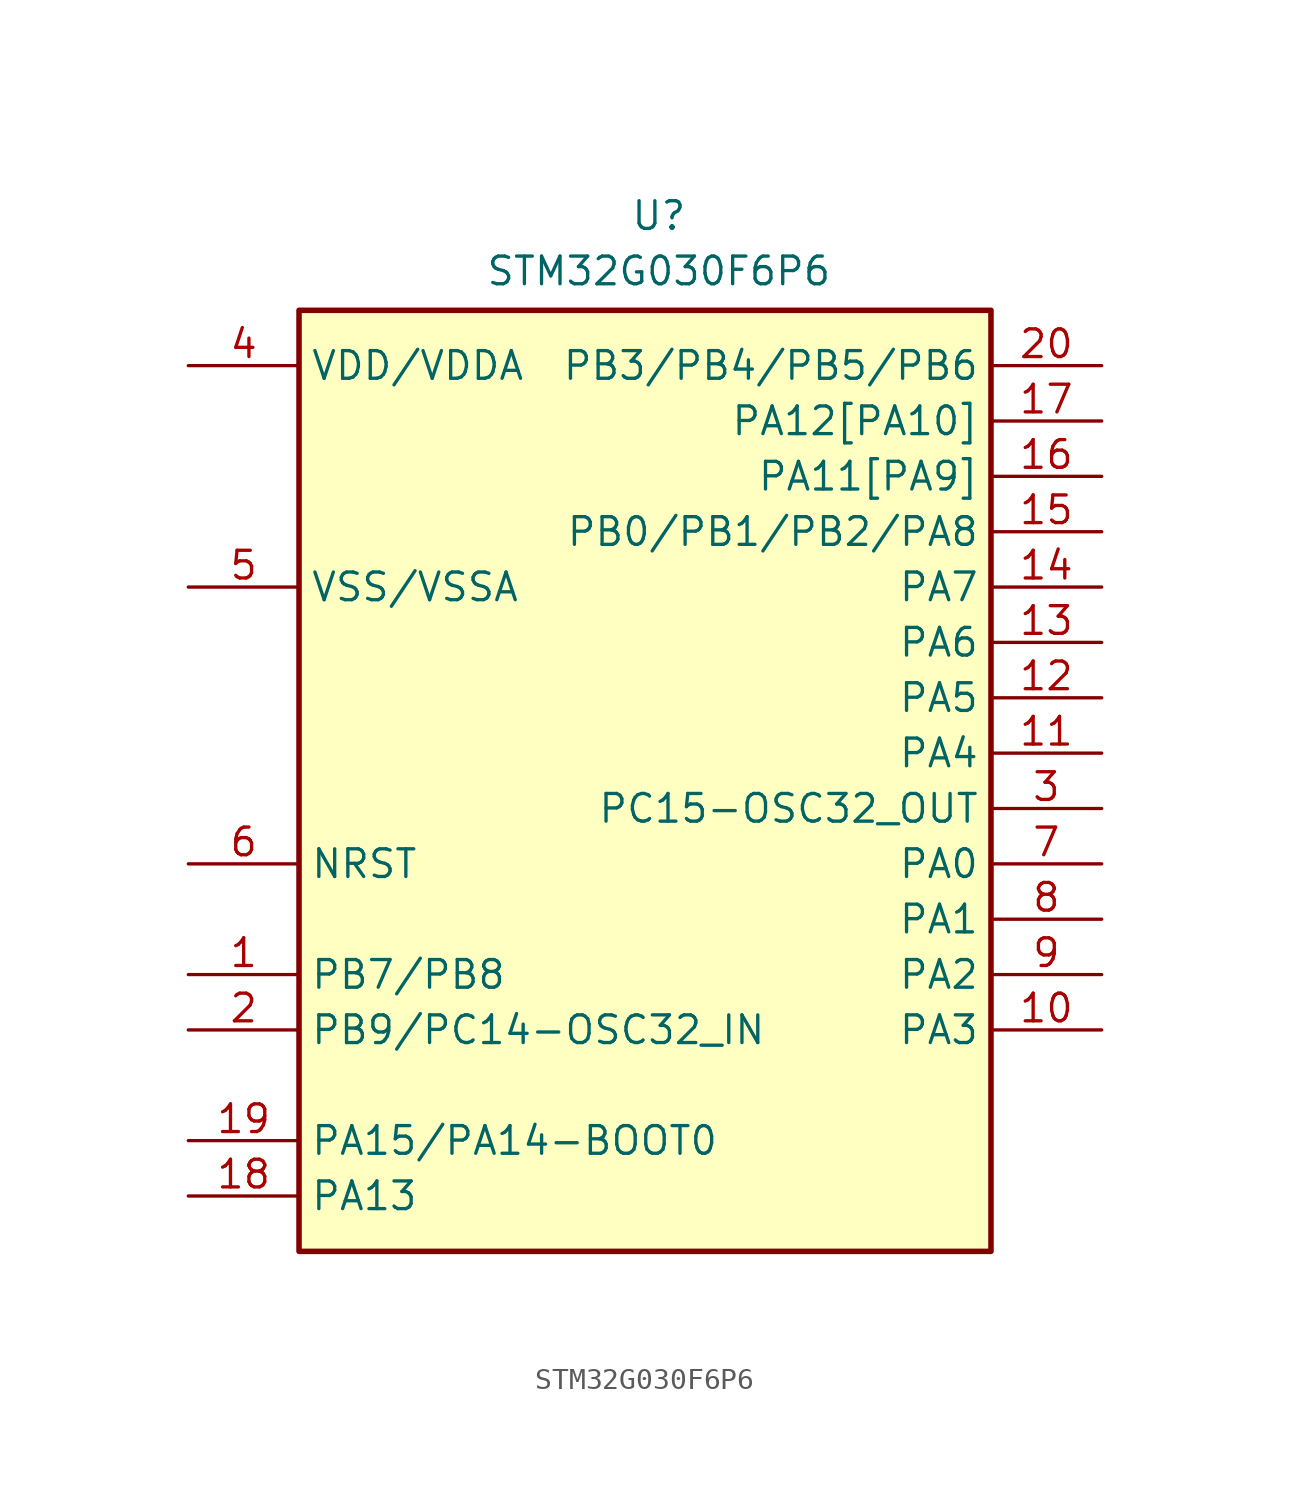
<source format=kicad_sym>
(kicad_symbol_lib
  (version 20220914)
  (generator kicad_symbol_editor)
  (symbol "STM32G030F6P6"
    (property "Reference" "U"
      (at 0 26.67 0)
      (effects (font (size 1.27 1.27)) (justify top)))
    (property "Value" "STM32G030F6P6"
      (at 0 24.13 0)
      (effects (font (size 1.27 1.27)) (justify top)))
    (symbol "STM32G030F6P6_1_1"
      (rectangle (start -16.51 21.59) (end 15.24 -21.59) (stroke (width 0.254) (type default)) (fill (type background)))
      (pin passive line (at -21.59 -8.89 0) (length 5.08) (name "PB7/PB8" (effects (font (size 1.27 1.27)))) (number "1" (effects (font (size 1.27 1.27)))))
      (pin passive line (at 20.32 -11.43 180) (length 5.08) (name "PA3" (effects (font (size 1.27 1.27)))) (number "10" (effects (font (size 1.27 1.27)))))
      (pin passive line (at 20.32 1.27 180) (length 5.08) (name "PA4" (effects (font (size 1.27 1.27)))) (number "11" (effects (font (size 1.27 1.27)))))
      (pin passive line (at 20.32 3.81 180) (length 5.08) (name "PA5" (effects (font (size 1.27 1.27)))) (number "12" (effects (font (size 1.27 1.27)))))
      (pin passive line (at 20.32 6.35 180) (length 5.08) (name "PA6" (effects (font (size 1.27 1.27)))) (number "13" (effects (font (size 1.27 1.27)))))
      (pin passive line (at 20.32 8.89 180) (length 5.08) (name "PA7" (effects (font (size 1.27 1.27)))) (number "14" (effects (font (size 1.27 1.27)))))
      (pin passive line (at 20.32 11.43 180) (length 5.08) (name "PB0/PB1/PB2/PA8" (effects (font (size 1.27 1.27)))) (number "15" (effects (font (size 1.27 1.27)))))
      (pin passive line (at 20.32 13.97 180) (length 5.08) (name "PA11[PA9]" (effects (font (size 1.27 1.27)))) (number "16" (effects (font (size 1.27 1.27)))))
      (pin passive line (at 20.32 16.51 180) (length 5.08) (name "PA12[PA10]" (effects (font (size 1.27 1.27)))) (number "17" (effects (font (size 1.27 1.27)))))
      (pin passive line (at -21.59 -19.05 0) (length 5.08) (name "PA13" (effects (font (size 1.27 1.27)))) (number "18" (effects (font (size 1.27 1.27)))))
      (pin passive line (at -21.59 -16.51 0) (length 5.08) (name "PA15/PA14-BOOT0" (effects (font (size 1.27 1.27)))) (number "19" (effects (font (size 1.27 1.27)))))
      (pin passive line (at -21.59 -11.43 0) (length 5.08) (name "PB9/PC14-OSC32_IN" (effects (font (size 1.27 1.27)))) (number "2" (effects (font (size 1.27 1.27)))))
      (pin passive line (at 20.32 19.05 180) (length 5.08) (name "PB3/PB4/PB5/PB6" (effects (font (size 1.27 1.27)))) (number "20" (effects (font (size 1.27 1.27)))))
      (pin passive line (at 20.32 -1.27 180) (length 5.08) (name "PC15-OSC32_OUT" (effects (font (size 1.27 1.27)))) (number "3" (effects (font (size 1.27 1.27)))))
      (pin passive line (at -21.59 19.05 0) (length 5.08) (name "VDD/VDDA" (effects (font (size 1.27 1.27)))) (number "4" (effects (font (size 1.27 1.27)))))
      (pin passive line (at -21.59 8.89 0) (length 5.08) (name "VSS/VSSA" (effects (font (size 1.27 1.27)))) (number "5" (effects (font (size 1.27 1.27)))))
      (pin passive line (at -21.59 -3.81 0) (length 5.08) (name "NRST" (effects (font (size 1.27 1.27)))) (number "6" (effects (font (size 1.27 1.27)))))
      (pin passive line (at 20.32 -3.81 180) (length 5.08) (name "PA0" (effects (font (size 1.27 1.27)))) (number "7" (effects (font (size 1.27 1.27)))))
      (pin passive line (at 20.32 -6.35 180) (length 5.08) (name "PA1" (effects (font (size 1.27 1.27)))) (number "8" (effects (font (size 1.27 1.27)))))
      (pin passive line (at 20.32 -8.89 180) (length 5.08) (name "PA2" (effects (font (size 1.27 1.27)))) (number "9" (effects (font (size 1.27 1.27))))))))
</source>
